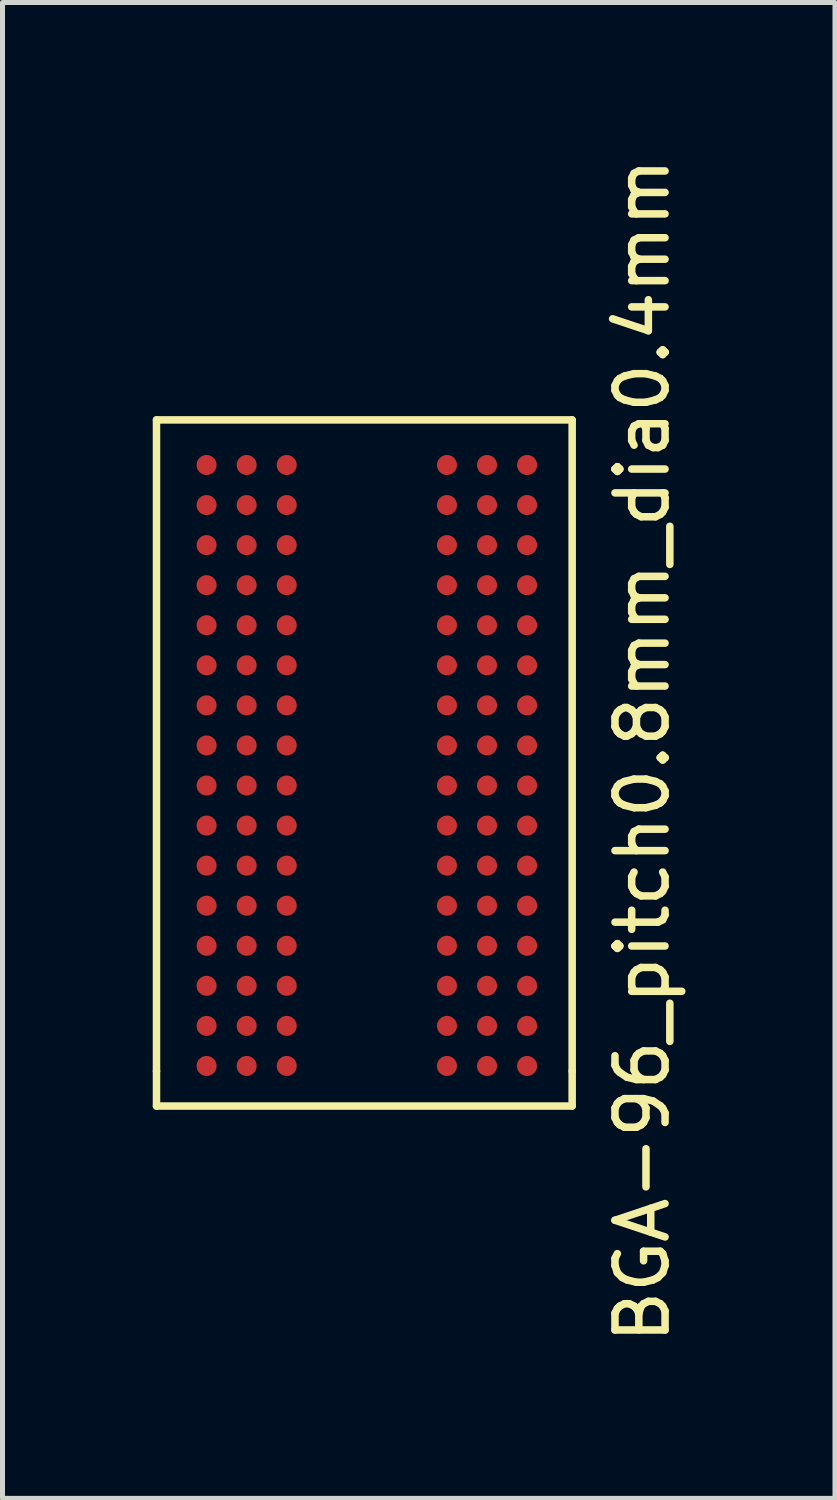
<source format=kicad_pcb>
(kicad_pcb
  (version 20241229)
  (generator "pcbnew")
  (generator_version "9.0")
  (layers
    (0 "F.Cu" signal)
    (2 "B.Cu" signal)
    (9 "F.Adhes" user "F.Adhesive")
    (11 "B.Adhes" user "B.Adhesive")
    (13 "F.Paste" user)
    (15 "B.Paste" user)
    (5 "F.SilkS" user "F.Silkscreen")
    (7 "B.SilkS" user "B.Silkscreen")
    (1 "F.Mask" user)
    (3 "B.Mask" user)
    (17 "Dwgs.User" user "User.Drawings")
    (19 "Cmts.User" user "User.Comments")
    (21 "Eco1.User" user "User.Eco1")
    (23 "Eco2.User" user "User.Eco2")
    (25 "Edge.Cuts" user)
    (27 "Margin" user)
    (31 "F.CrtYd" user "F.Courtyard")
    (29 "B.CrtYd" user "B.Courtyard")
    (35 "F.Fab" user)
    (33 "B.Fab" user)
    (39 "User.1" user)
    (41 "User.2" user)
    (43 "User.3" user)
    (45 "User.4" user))
  (footprint "BGA-96_pitch0.8mm_dia0.4mm"
    (layer "F.Cu")
    (at 4.175 12.235)
    (property "Reference" "BGA-96_pitch0.8mm_dia0.4mm" (at 5.6 -0.3 90) (layer "F.SilkS") (effects (font (size 1 1) (thickness 0.15))))
    (attr smd)
    (fp_line (start -4.1 -6.9) (end 4.2 -6.9) (stroke (width 0.15) (type solid)) (layer "F.SilkS"))
    (fp_line (start -4.1 6.1) (end -4.1 -6.9) (stroke (width 0.15) (type solid)) (layer "F.SilkS"))
    (fp_line (start -4.1 6.1) (end -4.1 6.8) (stroke (width 0.15) (type solid)) (layer "F.SilkS"))
    (fp_line (start -4.1 6.8) (end 4.2 6.8) (stroke (width 0.15) (type solid)) (layer "F.SilkS"))
    (fp_line (start 4.2 -6.9) (end 4.2 6.1) (stroke (width 0.15) (type solid)) (layer "F.SilkS"))
    (fp_line (start 4.2 6.8) (end 4.2 6.1) (stroke (width 0.15) (type solid)) (layer "F.SilkS"))
    (pad "A1" smd circle (at -3.1 -6) (size 0.4 0.4) (layers "F.Cu" "F.Mask" "F.Paste"))
    (pad "A2" smd circle (at -2.3 -6) (size 0.4 0.4) (layers "F.Cu" "F.Mask" "F.Paste"))
    (pad "A3" smd circle (at -1.5 -6) (size 0.4 0.4) (layers "F.Cu" "F.Mask" "F.Paste"))
    (pad "A7" smd circle (at 1.7 -6) (size 0.4 0.4) (layers "F.Cu" "F.Mask" "F.Paste"))
    (pad "A8" smd circle (at 2.5 -6) (size 0.4 0.4) (layers "F.Cu" "F.Mask" "F.Paste"))
    (pad "A9" smd circle (at 3.3 -6) (size 0.4 0.4) (layers "F.Cu" "F.Mask" "F.Paste"))
    (pad "B1" smd circle (at -3.1 -5.2) (size 0.4 0.4) (layers "F.Cu" "F.Mask" "F.Paste"))
    (pad "B2" smd circle (at -2.3 -5.2) (size 0.4 0.4) (layers "F.Cu" "F.Mask" "F.Paste"))
    (pad "B3" smd circle (at -1.5 -5.2) (size 0.4 0.4) (layers "F.Cu" "F.Mask" "F.Paste"))
    (pad "B7" smd circle (at 1.7 -5.2) (size 0.4 0.4) (layers "F.Cu" "F.Mask" "F.Paste"))
    (pad "B8" smd circle (at 2.5 -5.2) (size 0.4 0.4) (layers "F.Cu" "F.Mask" "F.Paste"))
    (pad "B9" smd circle (at 3.3 -5.2) (size 0.4 0.4) (layers "F.Cu" "F.Mask" "F.Paste"))
    (pad "C1" smd circle (at -3.1 -4.4) (size 0.4 0.4) (layers "F.Cu" "F.Mask" "F.Paste"))
    (pad "C2" smd circle (at -2.3 -4.4) (size 0.4 0.4) (layers "F.Cu" "F.Mask" "F.Paste"))
    (pad "C3" smd circle (at -1.5 -4.4) (size 0.4 0.4) (layers "F.Cu" "F.Mask" "F.Paste"))
    (pad "C7" smd circle (at 1.7 -4.4) (size 0.4 0.4) (layers "F.Cu" "F.Mask" "F.Paste"))
    (pad "C8" smd circle (at 2.5 -4.4) (size 0.4 0.4) (layers "F.Cu" "F.Mask" "F.Paste"))
    (pad "C9" smd circle (at 3.3 -4.4) (size 0.4 0.4) (layers "F.Cu" "F.Mask" "F.Paste"))
    (pad "D1" smd circle (at -3.1 -3.6) (size 0.4 0.4) (layers "F.Cu" "F.Mask" "F.Paste"))
    (pad "D2" smd circle (at -2.3 -3.6) (size 0.4 0.4) (layers "F.Cu" "F.Mask" "F.Paste"))
    (pad "D3" smd circle (at -1.5 -3.6) (size 0.4 0.4) (layers "F.Cu" "F.Mask" "F.Paste"))
    (pad "D7" smd circle (at 1.7 -3.6) (size 0.4 0.4) (layers "F.Cu" "F.Mask" "F.Paste"))
    (pad "D8" smd circle (at 2.5 -3.6) (size 0.4 0.4) (layers "F.Cu" "F.Mask" "F.Paste"))
    (pad "D9" smd circle (at 3.3 -3.6) (size 0.4 0.4) (layers "F.Cu" "F.Mask" "F.Paste"))
    (pad "E1" smd circle (at -3.1 -2.8) (size 0.4 0.4) (layers "F.Cu" "F.Mask" "F.Paste"))
    (pad "E2" smd circle (at -2.3 -2.8) (size 0.4 0.4) (layers "F.Cu" "F.Mask" "F.Paste"))
    (pad "E3" smd circle (at -1.5 -2.8) (size 0.4 0.4) (layers "F.Cu" "F.Mask" "F.Paste"))
    (pad "E7" smd circle (at 1.7 -2.8) (size 0.4 0.4) (layers "F.Cu" "F.Mask" "F.Paste"))
    (pad "E8" smd circle (at 2.5 -2.8) (size 0.4 0.4) (layers "F.Cu" "F.Mask" "F.Paste"))
    (pad "E9" smd circle (at 3.3 -2.8) (size 0.4 0.4) (layers "F.Cu" "F.Mask" "F.Paste"))
    (pad "F1" smd circle (at -3.1 -2) (size 0.4 0.4) (layers "F.Cu" "F.Mask" "F.Paste"))
    (pad "F2" smd circle (at -2.3 -2) (size 0.4 0.4) (layers "F.Cu" "F.Mask" "F.Paste"))
    (pad "F3" smd circle (at -1.5 -2) (size 0.4 0.4) (layers "F.Cu" "F.Mask" "F.Paste"))
    (pad "F7" smd circle (at 1.7 -2) (size 0.4 0.4) (layers "F.Cu" "F.Mask" "F.Paste"))
    (pad "F8" smd circle (at 2.5 -2) (size 0.4 0.4) (layers "F.Cu" "F.Mask" "F.Paste"))
    (pad "F9" smd circle (at 3.3 -2) (size 0.4 0.4) (layers "F.Cu" "F.Mask" "F.Paste"))
    (pad "G1" smd circle (at -3.1 -1.2) (size 0.4 0.4) (layers "F.Cu" "F.Mask" "F.Paste"))
    (pad "G2" smd circle (at -2.3 -1.2) (size 0.4 0.4) (layers "F.Cu" "F.Mask" "F.Paste"))
    (pad "G3" smd circle (at -1.5 -1.2) (size 0.4 0.4) (layers "F.Cu" "F.Mask" "F.Paste"))
    (pad "G7" smd circle (at 1.7 -1.2) (size 0.4 0.4) (layers "F.Cu" "F.Mask" "F.Paste"))
    (pad "G8" smd circle (at 2.5 -1.2) (size 0.4 0.4) (layers "F.Cu" "F.Mask" "F.Paste"))
    (pad "G9" smd circle (at 3.3 -1.2) (size 0.4 0.4) (layers "F.Cu" "F.Mask" "F.Paste"))
    (pad "H1" smd circle (at -3.1 -0.4) (size 0.4 0.4) (layers "F.Cu" "F.Mask" "F.Paste"))
    (pad "H2" smd circle (at -2.3 -0.4) (size 0.4 0.4) (layers "F.Cu" "F.Mask" "F.Paste"))
    (pad "H3" smd circle (at -1.5 -0.4) (size 0.4 0.4) (layers "F.Cu" "F.Mask" "F.Paste"))
    (pad "H7" smd circle (at 1.7 -0.4) (size 0.4 0.4) (layers "F.Cu" "F.Mask" "F.Paste"))
    (pad "H8" smd circle (at 2.5 -0.4) (size 0.4 0.4) (layers "F.Cu" "F.Mask" "F.Paste"))
    (pad "H9" smd circle (at 3.3 -0.4) (size 0.4 0.4) (layers "F.Cu" "F.Mask" "F.Paste"))
    (pad "J1" smd circle (at -3.1 0.4) (size 0.4 0.4) (layers "F.Cu" "F.Mask" "F.Paste"))
    (pad "J2" smd circle (at -2.3 0.4) (size 0.4 0.4) (layers "F.Cu" "F.Mask" "F.Paste"))
    (pad "J3" smd circle (at -1.5 0.4) (size 0.4 0.4) (layers "F.Cu" "F.Mask" "F.Paste"))
    (pad "J7" smd circle (at 1.7 0.4) (size 0.4 0.4) (layers "F.Cu" "F.Mask" "F.Paste"))
    (pad "J8" smd circle (at 2.5 0.4) (size 0.4 0.4) (layers "F.Cu" "F.Mask" "F.Paste"))
    (pad "J9" smd circle (at 3.3 0.4) (size 0.4 0.4) (layers "F.Cu" "F.Mask" "F.Paste"))
    (pad "K1" smd circle (at -3.1 1.2) (size 0.4 0.4) (layers "F.Cu" "F.Mask" "F.Paste"))
    (pad "K2" smd circle (at -2.3 1.2) (size 0.4 0.4) (layers "F.Cu" "F.Mask" "F.Paste"))
    (pad "K3" smd circle (at -1.5 1.2) (size 0.4 0.4) (layers "F.Cu" "F.Mask" "F.Paste"))
    (pad "K7" smd circle (at 1.7 1.2) (size 0.4 0.4) (layers "F.Cu" "F.Mask" "F.Paste"))
    (pad "K8" smd circle (at 2.5 1.2) (size 0.4 0.4) (layers "F.Cu" "F.Mask" "F.Paste"))
    (pad "K9" smd circle (at 3.3 1.2) (size 0.4 0.4) (layers "F.Cu" "F.Mask" "F.Paste"))
    (pad "L1" smd circle (at -3.1 2) (size 0.4 0.4) (layers "F.Cu" "F.Mask" "F.Paste"))
    (pad "L2" smd circle (at -2.3 2) (size 0.4 0.4) (layers "F.Cu" "F.Mask" "F.Paste"))
    (pad "L3" smd circle (at -1.5 2) (size 0.4 0.4) (layers "F.Cu" "F.Mask" "F.Paste"))
    (pad "L7" smd circle (at 1.7 2) (size 0.4 0.4) (layers "F.Cu" "F.Mask" "F.Paste"))
    (pad "L8" smd circle (at 2.5 2) (size 0.4 0.4) (layers "F.Cu" "F.Mask" "F.Paste"))
    (pad "L9" smd circle (at 3.3 2) (size 0.4 0.4) (layers "F.Cu" "F.Mask" "F.Paste"))
    (pad "M1" smd circle (at -3.1 2.8) (size 0.4 0.4) (layers "F.Cu" "F.Mask" "F.Paste"))
    (pad "M2" smd circle (at -2.3 2.8) (size 0.4 0.4) (layers "F.Cu" "F.Mask" "F.Paste"))
    (pad "M3" smd circle (at -1.5 2.8) (size 0.4 0.4) (layers "F.Cu" "F.Mask" "F.Paste"))
    (pad "M7" smd circle (at 1.7 2.8) (size 0.4 0.4) (layers "F.Cu" "F.Mask" "F.Paste"))
    (pad "M8" smd circle (at 2.5 2.8) (size 0.4 0.4) (layers "F.Cu" "F.Mask" "F.Paste"))
    (pad "M9" smd circle (at 3.3 2.8) (size 0.4 0.4) (layers "F.Cu" "F.Mask" "F.Paste"))
    (pad "N1" smd circle (at -3.1 3.6) (size 0.4 0.4) (layers "F.Cu" "F.Mask" "F.Paste"))
    (pad "N2" smd circle (at -2.3 3.6) (size 0.4 0.4) (layers "F.Cu" "F.Mask" "F.Paste"))
    (pad "N3" smd circle (at -1.5 3.6) (size 0.4 0.4) (layers "F.Cu" "F.Mask" "F.Paste"))
    (pad "N7" smd circle (at 1.7 3.6) (size 0.4 0.4) (layers "F.Cu" "F.Mask" "F.Paste"))
    (pad "N8" smd circle (at 2.5 3.6) (size 0.4 0.4) (layers "F.Cu" "F.Mask" "F.Paste"))
    (pad "N9" smd circle (at 3.3 3.6) (size 0.4 0.4) (layers "F.Cu" "F.Mask" "F.Paste"))
    (pad "P1" smd circle (at -3.1 4.4) (size 0.4 0.4) (layers "F.Cu" "F.Mask" "F.Paste"))
    (pad "P2" smd circle (at -2.3 4.4) (size 0.4 0.4) (layers "F.Cu" "F.Mask" "F.Paste"))
    (pad "P3" smd circle (at -1.5 4.4) (size 0.4 0.4) (layers "F.Cu" "F.Mask" "F.Paste"))
    (pad "P7" smd circle (at 1.7 4.4) (size 0.4 0.4) (layers "F.Cu" "F.Mask" "F.Paste"))
    (pad "P8" smd circle (at 2.5 4.4) (size 0.4 0.4) (layers "F.Cu" "F.Mask" "F.Paste"))
    (pad "P9" smd circle (at 3.3 4.4) (size 0.4 0.4) (layers "F.Cu" "F.Mask" "F.Paste"))
    (pad "R1" smd circle (at -3.1 5.2) (size 0.4 0.4) (layers "F.Cu" "F.Mask" "F.Paste"))
    (pad "R2" smd circle (at -2.3 5.2) (size 0.4 0.4) (layers "F.Cu" "F.Mask" "F.Paste"))
    (pad "R3" smd circle (at -1.5 5.2) (size 0.4 0.4) (layers "F.Cu" "F.Mask" "F.Paste"))
    (pad "R7" smd circle (at 1.7 5.2) (size 0.4 0.4) (layers "F.Cu" "F.Mask" "F.Paste"))
    (pad "R8" smd circle (at 2.5 5.2) (size 0.4 0.4) (layers "F.Cu" "F.Mask" "F.Paste"))
    (pad "R9" smd circle (at 3.3 5.2) (size 0.4 0.4) (layers "F.Cu" "F.Mask" "F.Paste"))
    (pad "T1" smd circle (at -3.1 6) (size 0.4 0.4) (layers "F.Cu" "F.Mask" "F.Paste"))
    (pad "T2" smd circle (at -2.3 6) (size 0.4 0.4) (layers "F.Cu" "F.Mask" "F.Paste"))
    (pad "T3" smd circle (at -1.5 6) (size 0.4 0.4) (layers "F.Cu" "F.Mask" "F.Paste"))
    (pad "T7" smd circle (at 1.7 6) (size 0.4 0.4) (layers "F.Cu" "F.Mask" "F.Paste"))
    (pad "T8" smd circle (at 2.5 6) (size 0.4 0.4) (layers "F.Cu" "F.Mask" "F.Paste"))
    (pad "T9" smd circle (at 3.3 6) (size 0.4 0.4) (layers "F.Cu" "F.Mask" "F.Paste")))
  (gr_rect
    (start -3 -3)
    (end 13.623 26.869)
    (stroke (width 0.1) (type default))
    (fill no)
    (layer "Edge.Cuts")))
</source>
